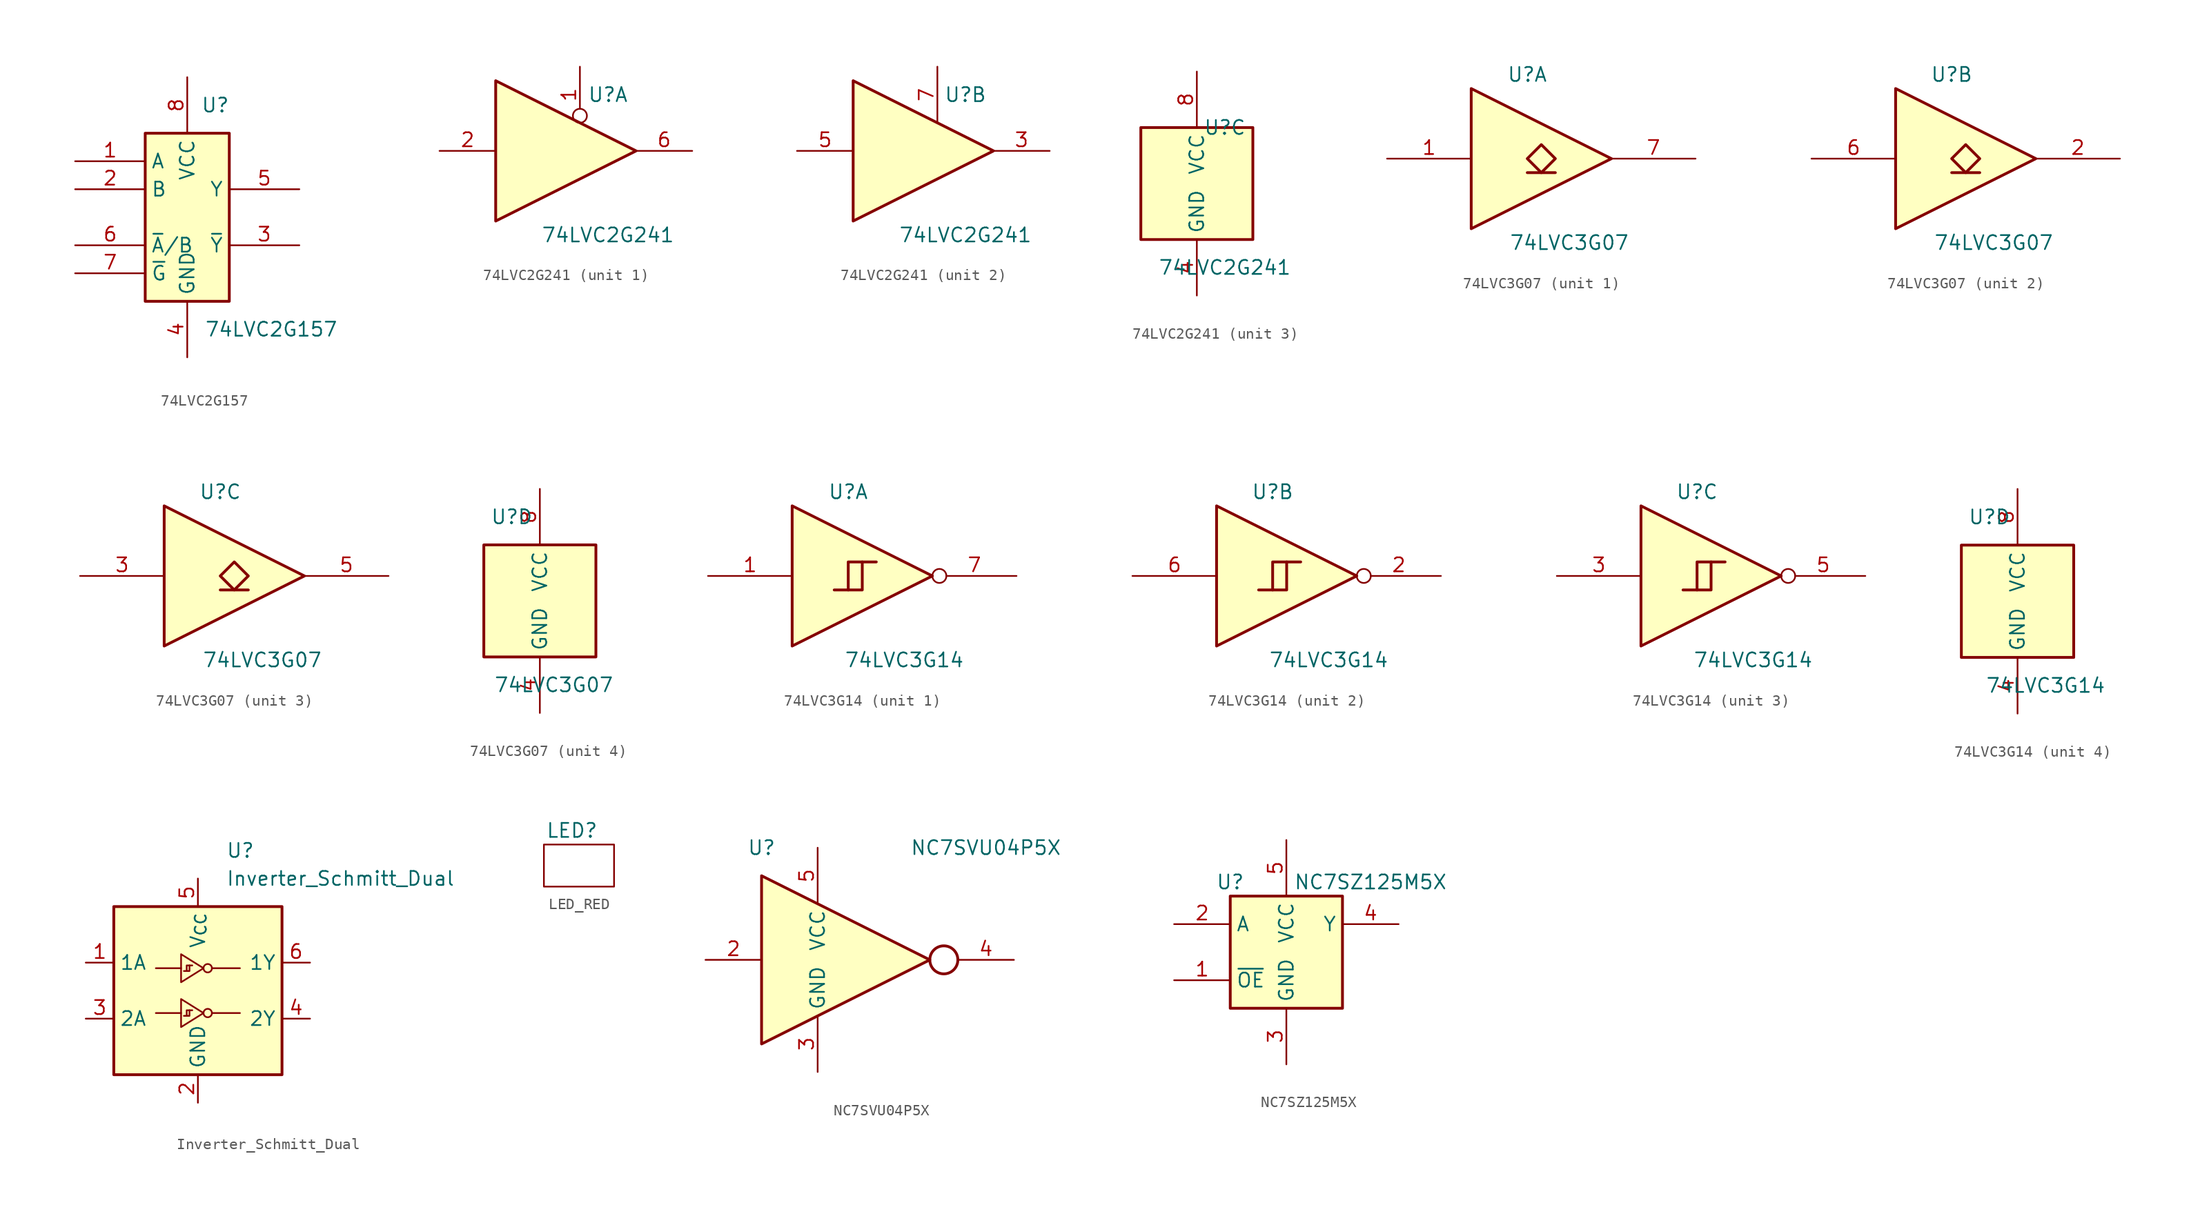
<source format=kicad_sym>
(kicad_symbol_lib
  (version 20231120)
  (generator "kicad_symbol_editor")
  (generator_version "8.0")
  (symbol "74LVC2G157"
    (property "Reference" "U"
      (at 2.54 10.16 0)
      (effects (font (size 1.27 1.27))))
    (property "Value" "74LVC2G157"
      (at 7.62 -10.16 0)
      (effects (font (size 1.27 1.27))))
    (symbol "74LVC2G157_0_1"
      (rectangle (start -3.81 7.62) (end 3.81 -7.62) (stroke (width 0.254) (type default)) (fill (type background))))
    (symbol "74LVC2G157_1_1"
      (pin input line (at -10.16 5.08 0) (length 6.35) (name "A" (effects (font (size 1.27 1.27)))) (number "1" (effects (font (size 1.27 1.27)))))
      (pin input line (at -10.16 2.54 0) (length 6.35) (name "B" (effects (font (size 1.27 1.27)))) (number "2" (effects (font (size 1.27 1.27)))))
      (pin output line (at 10.16 -2.54 180) (length 6.35) (name "~{Y}" (effects (font (size 1.27 1.27)))) (number "3" (effects (font (size 1.27 1.27)))))
      (pin power_in line (at 0 -12.7 90) (length 5.08) (name "GND" (effects (font (size 1.27 1.27)))) (number "4" (effects (font (size 1.27 1.27)))))
      (pin output line (at 10.16 2.54 180) (length 6.35) (name "Y" (effects (font (size 1.27 1.27)))) (number "5" (effects (font (size 1.27 1.27)))))
      (pin input line (at -10.16 -2.54 0) (length 6.35) (name "~{A}/B" (effects (font (size 1.27 1.27)))) (number "6" (effects (font (size 1.27 1.27)))))
      (pin input line (at -10.16 -5.08 0) (length 6.35) (name "~{G}" (effects (font (size 1.27 1.27)))) (number "7" (effects (font (size 1.27 1.27)))))
      (pin power_in line (at 0 12.7 270) (length 5.08) (name "VCC" (effects (font (size 1.27 1.27)))) (number "8" (effects (font (size 1.27 1.27)))))))
  (symbol "74LVC2G241"
    (property "Reference" "U"
      (at 2.54 5.08 0)
      (effects (font (size 1.27 1.27))))
    (property "Value" "74LVC2G241"
      (at 2.54 -7.62 0)
      (effects (font (size 1.27 1.27))))
    (symbol "74LVC2G241_1_1"
      (polyline (pts (xy -7.62 6.35) (xy -7.62 -6.35) (xy 5.08 0) (xy -7.62 6.35)) (stroke (width 0.254) (type default)) (fill (type background)))
      (pin input inverted (at 0 7.62 270) (length 5.08) (name "~" (effects (font (size 1.27 1.27)))) (number "1" (effects (font (size 1.27 1.27)))))
      (pin input line (at -12.7 0 0) (length 5.08) (name "~" (effects (font (size 1.27 1.27)))) (number "2" (effects (font (size 1.27 1.27)))))
      (pin tri_state line (at 10.16 0 180) (length 5.08) (name "~" (effects (font (size 1.27 1.27)))) (number "6" (effects (font (size 1.27 1.27))))))
    (symbol "74LVC2G241_2_1"
      (polyline (pts (xy -7.62 6.35) (xy -7.62 -6.35) (xy 5.08 0) (xy -7.62 6.35)) (stroke (width 0.254) (type default)) (fill (type background)))
      (pin tri_state line (at 10.16 0 180) (length 5.08) (name "~" (effects (font (size 1.27 1.27)))) (number "3" (effects (font (size 1.27 1.27)))))
      (pin input line (at -12.7 0 0) (length 5.08) (name "~" (effects (font (size 1.27 1.27)))) (number "5" (effects (font (size 1.27 1.27)))))
      (pin input line (at 0 7.62 270) (length 5.08) (name "~" (effects (font (size 1.27 1.27)))) (number "7" (effects (font (size 1.27 1.27))))))
    (symbol "74LVC2G241_3_0"
      (rectangle (start -5.08 -5.08) (end 5.08 5.08) (stroke (width 0.254) (type default)) (fill (type background))))
    (symbol "74LVC2G241_3_1"
      (pin power_in line (at 0 -10.16 90) (length 5.08) (name "GND" (effects (font (size 1.27 1.27)))) (number "4" (effects (font (size 1.27 1.27)))))
      (pin power_in line (at 0 10.16 270) (length 5.08) (name "VCC" (effects (font (size 1.27 1.27)))) (number "8" (effects (font (size 1.27 1.27)))))))
  (symbol "74LVC3G07"
    (property "Reference" "U"
      (at -2.54 7.62 0)
      (effects (font (size 1.27 1.27))))
    (property "Value" "74LVC3G07"
      (at 1.27 -7.62 0)
      (effects (font (size 1.27 1.27))))
    (symbol "74LVC3G07_1_1"
      (polyline (pts (xy -2.54 -1.27) (xy 0 -1.27)) (stroke (width 0.254) (type default)) (fill (type background)))
      (polyline (pts (xy -7.62 6.35) (xy -7.62 -6.35) (xy 5.08 0) (xy -7.62 6.35)) (stroke (width 0.254) (type default)) (fill (type background)))
      (polyline (pts (xy -1.27 1.27) (xy -2.54 0) (xy -1.27 -1.27) (xy 0 0) (xy -1.27 1.27)) (stroke (width 0.254) (type default)) (fill (type background)))
      (pin input line (at -15.24 0 0) (length 7.62) (name "~" (effects (font (size 1.27 1.27)))) (number "1" (effects (font (size 1.27 1.27)))))
      (pin open_collector line (at 12.7 0 180) (length 7.62) (name "~" (effects (font (size 1.27 1.27)))) (number "7" (effects (font (size 1.27 1.27))))))
    (symbol "74LVC3G07_2_1"
      (polyline (pts (xy -2.54 -1.27) (xy 0 -1.27)) (stroke (width 0.254) (type default)) (fill (type background)))
      (polyline (pts (xy -7.62 6.35) (xy -7.62 -6.35) (xy 5.08 0) (xy -7.62 6.35)) (stroke (width 0.254) (type default)) (fill (type background)))
      (polyline (pts (xy -1.27 1.27) (xy -2.54 0) (xy -1.27 -1.27) (xy 0 0) (xy -1.27 1.27)) (stroke (width 0.254) (type default)) (fill (type background)))
      (pin open_collector line (at 12.7 0 180) (length 7.62) (name "~" (effects (font (size 1.27 1.27)))) (number "2" (effects (font (size 1.27 1.27)))))
      (pin input line (at -15.24 0 0) (length 7.62) (name "~" (effects (font (size 1.27 1.27)))) (number "6" (effects (font (size 1.27 1.27))))))
    (symbol "74LVC3G07_3_1"
      (polyline (pts (xy -2.54 -1.27) (xy 0 -1.27)) (stroke (width 0.254) (type default)) (fill (type background)))
      (polyline (pts (xy -7.62 6.35) (xy -7.62 -6.35) (xy 5.08 0) (xy -7.62 6.35)) (stroke (width 0.254) (type default)) (fill (type background)))
      (polyline (pts (xy -1.27 1.27) (xy -2.54 0) (xy -1.27 -1.27) (xy 0 0) (xy -1.27 1.27)) (stroke (width 0.254) (type default)) (fill (type background)))
      (pin input line (at -15.24 0 0) (length 7.62) (name "~" (effects (font (size 1.27 1.27)))) (number "3" (effects (font (size 1.27 1.27)))))
      (pin open_collector line (at 12.7 0 180) (length 7.62) (name "~" (effects (font (size 1.27 1.27)))) (number "5" (effects (font (size 1.27 1.27))))))
    (symbol "74LVC3G07_4_0"
      (rectangle (start -5.08 -5.08) (end 5.08 5.08) (stroke (width 0.254) (type default)) (fill (type background))))
    (symbol "74LVC3G07_4_1"
      (pin power_in line (at 0 -10.16 90) (length 5.08) (name "GND" (effects (font (size 1.27 1.27)))) (number "4" (effects (font (size 1.27 1.27)))))
      (pin power_in line (at 0 10.16 270) (length 5.08) (name "VCC" (effects (font (size 1.27 1.27)))) (number "8" (effects (font (size 1.27 1.27)))))))
  (symbol "74LVC3G14"
    (property "Reference" "U"
      (at -2.54 7.62 0)
      (effects (font (size 1.27 1.27))))
    (property "Value" "74LVC3G14"
      (at 2.54 -7.62 0)
      (effects (font (size 1.27 1.27))))
    (symbol "74LVC3G14_1_1"
      (polyline (pts (xy -2.54 -1.27) (xy -1.27 -1.27) (xy -1.27 1.27)) (stroke (width 0.254) (type default)) (fill (type background)))
      (polyline (pts (xy -7.62 6.35) (xy -7.62 -6.35) (xy 5.08 0) (xy -7.62 6.35)) (stroke (width 0.254) (type default)) (fill (type background)))
      (polyline (pts (xy -3.81 -1.27) (xy -2.54 -1.27) (xy -2.54 1.27) (xy 0 1.27)) (stroke (width 0.254) (type default)) (fill (type background)))
      (pin input line (at -15.24 0 0) (length 7.62) (name "~" (effects (font (size 1.27 1.27)))) (number "1" (effects (font (size 1.27 1.27)))))
      (pin output inverted (at 12.7 0 180) (length 7.62) (name "~" (effects (font (size 1.27 1.27)))) (number "7" (effects (font (size 1.27 1.27))))))
    (symbol "74LVC3G14_2_1"
      (polyline (pts (xy -2.54 -1.27) (xy -1.27 -1.27) (xy -1.27 1.27)) (stroke (width 0.254) (type default)) (fill (type background)))
      (polyline (pts (xy -7.62 6.35) (xy -7.62 -6.35) (xy 5.08 0) (xy -7.62 6.35)) (stroke (width 0.254) (type default)) (fill (type background)))
      (polyline (pts (xy -3.81 -1.27) (xy -2.54 -1.27) (xy -2.54 1.27) (xy 0 1.27)) (stroke (width 0.254) (type default)) (fill (type background)))
      (pin output inverted (at 12.7 0 180) (length 7.62) (name "~" (effects (font (size 1.27 1.27)))) (number "2" (effects (font (size 1.27 1.27)))))
      (pin input line (at -15.24 0 0) (length 7.62) (name "~" (effects (font (size 1.27 1.27)))) (number "6" (effects (font (size 1.27 1.27))))))
    (symbol "74LVC3G14_3_1"
      (polyline (pts (xy -2.54 -1.27) (xy -1.27 -1.27) (xy -1.27 1.27)) (stroke (width 0.254) (type default)) (fill (type background)))
      (polyline (pts (xy -7.62 6.35) (xy -7.62 -6.35) (xy 5.08 0) (xy -7.62 6.35)) (stroke (width 0.254) (type default)) (fill (type background)))
      (polyline (pts (xy -3.81 -1.27) (xy -2.54 -1.27) (xy -2.54 1.27) (xy 0 1.27)) (stroke (width 0.254) (type default)) (fill (type background)))
      (pin input line (at -15.24 0 0) (length 7.62) (name "~" (effects (font (size 1.27 1.27)))) (number "3" (effects (font (size 1.27 1.27)))))
      (pin output inverted (at 12.7 0 180) (length 7.62) (name "~" (effects (font (size 1.27 1.27)))) (number "5" (effects (font (size 1.27 1.27))))))
    (symbol "74LVC3G14_4_0"
      (rectangle (start -5.08 -5.08) (end 5.08 5.08) (stroke (width 0.254) (type default)) (fill (type background))))
    (symbol "74LVC3G14_4_1"
      (pin power_in line (at 0 -10.16 90) (length 5.08) (name "GND" (effects (font (size 1.27 1.27)))) (number "4" (effects (font (size 1.27 1.27)))))
      (pin power_in line (at 0 10.16 270) (length 5.08) (name "VCC" (effects (font (size 1.27 1.27)))) (number "8" (effects (font (size 1.27 1.27)))))))
  (symbol "Inverter_Schmitt_Dual"
    (property "Reference" "U"
      (at 2.54 12.7 0)
      (effects (font (size 1.27 1.27)) (justify left)))
    (property "Value" "Inverter_Schmitt_Dual"
      (at 2.54 10.16 0)
      (effects (font (size 1.27 1.27)) (justify left)))
    (symbol "Inverter_Schmitt_Dual_1_1"
      (rectangle (start -7.62 7.62) (end 7.62 -7.62) (stroke (width 0.254) (type default)) (fill (type background)))
      (polyline (pts (xy -1.524 -2.032) (xy -3.81 -2.032)) (stroke (width 0) (type default)) (fill (type none)))
      (polyline (pts (xy -1.524 2.032) (xy -3.81 2.032)) (stroke (width 0) (type default)) (fill (type none)))
      (polyline (pts (xy -0.762 -1.778) (xy -0.508 -1.778)) (stroke (width 0) (type default)) (fill (type none)))
      (polyline (pts (xy -0.762 2.286) (xy -0.508 2.286)) (stroke (width 0) (type default)) (fill (type none)))
      (polyline (pts (xy 1.27 -2.032) (xy 3.81 -2.032)) (stroke (width 0) (type default)) (fill (type none)))
      (polyline (pts (xy 1.27 2.032) (xy 3.81 2.032)) (stroke (width 0) (type default)) (fill (type none)))
      (polyline (pts (xy -1.524 -0.762) (xy 0.508 -2.032) (xy -1.524 -3.302) (xy -1.524 -0.762)) (stroke (width 0) (type default)) (fill (type none)))
      (polyline (pts (xy -1.524 3.302) (xy 0.508 2.032) (xy -1.524 0.762) (xy -1.524 3.302)) (stroke (width 0) (type default)) (fill (type none)))
      (polyline (pts (xy -1.016 -2.286) (xy -1.016 -1.778) (xy -0.762 -1.778) (xy -0.762 -2.286) (xy -1.27 -2.286)) (stroke (width 0) (type default)) (fill (type none)))
      (polyline (pts (xy -1.016 1.778) (xy -1.016 2.286) (xy -0.762 2.286) (xy -0.762 1.778) (xy -1.27 1.778)) (stroke (width 0) (type default)) (fill (type none)))
      (circle (center 0.889 -2.032) (radius 0.381) (stroke (width 0) (type default)) (fill (type none)))
      (circle (center 0.889 2.032) (radius 0.381) (stroke (width 0) (type default)) (fill (type none)))
      (pin input line (at -10.16 2.54 0) (length 2.54) (name "1A" (effects (font (size 1.27 1.27)))) (number "1" (effects (font (size 1.27 1.27)))))
      (pin power_in line (at 0 -10.16 90) (length 2.54) (name "GND" (effects (font (size 1.27 1.27)))) (number "2" (effects (font (size 1.27 1.27)))))
      (pin input line (at -10.16 -2.54 0) (length 2.54) (name "2A" (effects (font (size 1.27 1.27)))) (number "3" (effects (font (size 1.27 1.27)))))
      (pin output line (at 10.16 -2.54 180) (length 2.54) (name "2Y" (effects (font (size 1.27 1.27)))) (number "4" (effects (font (size 1.27 1.27)))))
      (pin power_in line (at 0 10.16 270) (length 2.54) (name "V_{CC}" (effects (font (size 1.27 1.27)))) (number "5" (effects (font (size 1.27 1.27)))))
      (pin output line (at 10.16 2.54 180) (length 2.54) (name "1Y" (effects (font (size 1.27 1.27)))) (number "6" (effects (font (size 1.27 1.27)))))))
  (symbol "LED_RED"
    (property "Reference" "LED"
      (at 0 0 0)
      (effects (font (size 1.27 1.27))))
    (property "Value" ""
      (at 0 0 0)
      (effects (font (size 1.27 1.27))))
    (property "ki_locked" ""
      (at 0 0 0)
      (effects (font (size 1.27 1.27))))
    (symbol "LED_RED_1_1"
      (rectangle (start -2.54 -1.27) (end 3.81 -5.08) (stroke (width 0) (type default)) (fill (type none)))))
  (symbol "NC7SVU04P5X"
    (property "Reference" "U"
      (at -5.08 10.16 0)
      (effects (font (size 1.27 1.27))))
    (property "Value" "NC7SVU04P5X"
      (at 15.24 10.16 0)
      (effects (font (size 1.27 1.27))))
    (symbol "NC7SVU04P5X_0_1"
      (polyline (pts (xy -5.08 7.62) (xy -5.08 -7.62) (xy 10.16 0) (xy -5.08 7.62)) (stroke (width 0.254) (type default)) (fill (type background)))
      (circle (center 11.43 0) (radius 1.27) (stroke (width 0.254) (type default)) (fill (type none))))
    (symbol "NC7SVU04P5X_1_1"
      (pin no_connect line (at 10.16 0 180) (length 5.08) hide (name "NC" (effects (font (size 1.27 1.27)))) (number "1" (effects (font (size 1.27 1.27)))))
      (pin input line (at -10.16 0 0) (length 5.08) (name "~" (effects (font (size 1.27 1.27)))) (number "2" (effects (font (size 1.27 1.27)))))
      (pin power_in line (at 0 -10.16 90) (length 5.08) (name "GND" (effects (font (size 1.27 1.27)))) (number "3" (effects (font (size 1.27 1.27)))))
      (pin output line (at 17.78 0 180) (length 5.08) (name "~" (effects (font (size 1.27 1.27)))) (number "4" (effects (font (size 1.27 1.27)))))
      (pin power_in line (at 0 10.16 270) (length 5.08) (name "VCC" (effects (font (size 1.27 1.27)))) (number "5" (effects (font (size 1.27 1.27)))))))
  (symbol "NC7SZ125M5X"
    (property "Reference" "U"
      (at -5.08 6.35 0)
      (effects (font (size 1.27 1.27))))
    (property "Value" "NC7SZ125M5X"
      (at 7.62 6.35 0)
      (effects (font (size 1.27 1.27))))
    (symbol "NC7SZ125M5X_0_1"
      (rectangle (start -5.08 5.08) (end 5.08 -5.08) (stroke (width 0.254) (type default)) (fill (type background))))
    (symbol "NC7SZ125M5X_1_1"
      (pin input line (at -10.16 -2.54 0) (length 5.08) (name "~{OE}" (effects (font (size 1.27 1.27)))) (number "1" (effects (font (size 1.27 1.27)))))
      (pin input line (at -10.16 2.54 0) (length 5.08) (name "A" (effects (font (size 1.27 1.27)))) (number "2" (effects (font (size 1.27 1.27)))))
      (pin power_in line (at 0 -10.16 90) (length 5.08) (name "GND" (effects (font (size 1.27 1.27)))) (number "3" (effects (font (size 1.27 1.27)))))
      (pin output line (at 10.16 2.54 180) (length 5.08) (name "Y" (effects (font (size 1.27 1.27)))) (number "4" (effects (font (size 1.27 1.27)))))
      (pin power_in line (at 0 10.16 270) (length 5.08) (name "VCC" (effects (font (size 1.27 1.27)))) (number "5" (effects (font (size 1.27 1.27))))))))
</source>
